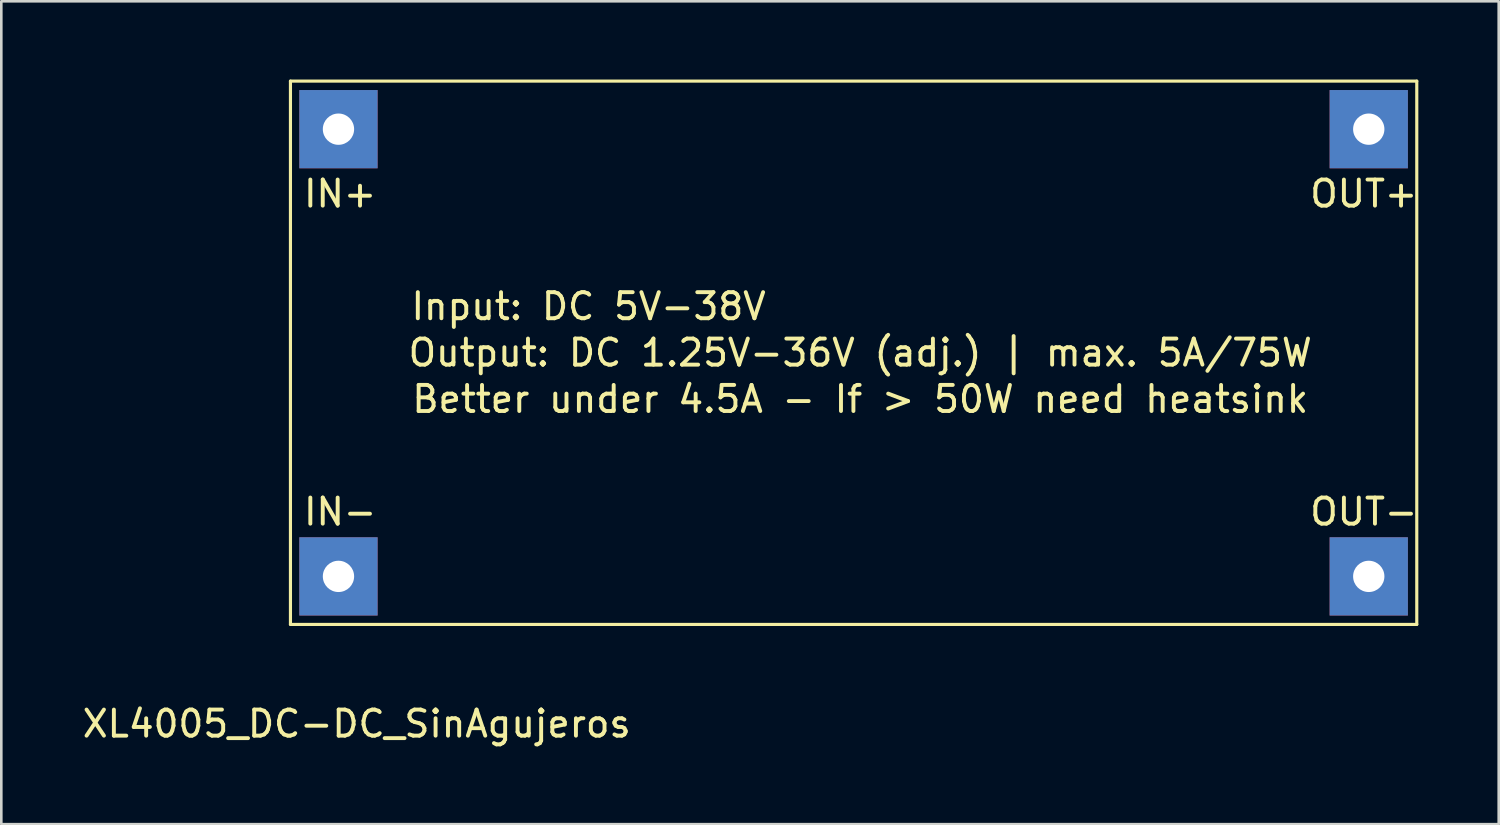
<source format=kicad_pcb>
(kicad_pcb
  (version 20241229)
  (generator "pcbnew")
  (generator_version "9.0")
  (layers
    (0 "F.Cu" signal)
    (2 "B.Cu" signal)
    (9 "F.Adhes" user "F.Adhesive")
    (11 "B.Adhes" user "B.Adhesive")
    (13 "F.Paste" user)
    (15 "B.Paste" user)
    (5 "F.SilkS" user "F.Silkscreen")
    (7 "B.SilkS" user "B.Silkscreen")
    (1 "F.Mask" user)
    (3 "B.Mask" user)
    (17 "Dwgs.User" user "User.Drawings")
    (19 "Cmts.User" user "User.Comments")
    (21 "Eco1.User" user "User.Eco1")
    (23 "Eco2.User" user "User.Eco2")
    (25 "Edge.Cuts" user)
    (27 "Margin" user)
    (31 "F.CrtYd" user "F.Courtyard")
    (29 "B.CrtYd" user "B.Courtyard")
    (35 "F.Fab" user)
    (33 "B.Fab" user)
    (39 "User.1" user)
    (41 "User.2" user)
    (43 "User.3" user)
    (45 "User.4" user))
  (footprint "XL4005_DC-DC_SinAgujeros"
    (layer "F.Cu")
    (at 8.085 20.888)
    (property "Reference" "XL4005_DC-DC_SinAgujeros" (at 2.54 3.81 0) (layer "F.SilkS") (effects (font (size 1 1) (thickness 0.15))))
    (attr through_hole)
    (fp_line (start 0 -20.828) (end 43.18 -20.828) (stroke (width 0.12) (type solid)) (layer "F.SilkS"))
    (fp_line (start 0 0) (end 0 -20.828) (stroke (width 0.12) (type solid)) (layer "F.SilkS"))
    (fp_line (start 43.18 -20.828) (end 43.18 0) (stroke (width 0.12) (type solid)) (layer "F.SilkS"))
    (fp_line (start 43.18 0) (end 0 0) (stroke (width 0.12) (type solid)) (layer "F.SilkS"))
    (fp_text user "IN+" (at 1.905 -16.51 0) (layer "F.SilkS") (effects (font (size 1 1) (thickness 0.15))))
    (fp_text user "IN-" (at 1.905 -4.318 0) (layer "F.SilkS") (effects (font (size 1 1) (thickness 0.15))))
    (fp_text user "Output: DC 1.25V-36V (adj.) | max. 5A/75W" (at 21.844 -10.414 0) (layer "F.SilkS") (effects (font (size 1 1) (thickness 0.15))))
    (fp_text user "Input: DC 5V-38V" (at 11.43 -12.192 0) (layer "F.SilkS") (effects (font (size 1 1) (thickness 0.15))))
    (fp_text user "OUT+" (at 41.148 -16.51 0) (layer "F.SilkS") (effects (font (size 1 1) (thickness 0.15))))
    (fp_text user "OUT-" (at 41.148 -4.318 0) (layer "F.SilkS") (effects (font (size 1 1) (thickness 0.15))))
    (fp_text user "Better under 4.5A - If > 50W need heatsink" (at 21.844 -8.636 0) (layer "F.SilkS") (effects (font (size 1 1) (thickness 0.15))))
    (pad "1" thru_hole rect (at 1.841 -18.986) (size 3 3) (drill 1.2) (layers "*.Cu" "*.Mask"))
    (pad "2" thru_hole rect (at 1.841 -1.841) (size 3 3) (drill 1.2) (layers "*.Cu" "*.Mask"))
    (pad "3" thru_hole rect (at 41.339 -18.986) (size 3 3) (drill 1.2) (layers "*.Cu" "*.Mask"))
    (pad "4" thru_hole rect (at 41.339 -1.841) (size 3 3) (drill 1.2) (layers "*.Cu" "*.Mask")))
  (gr_rect
    (start -3 -3)
    (end 54.406 28.546)
    (stroke (width 0.1) (type default))
    (fill no)
    (layer "Edge.Cuts")))
</source>
